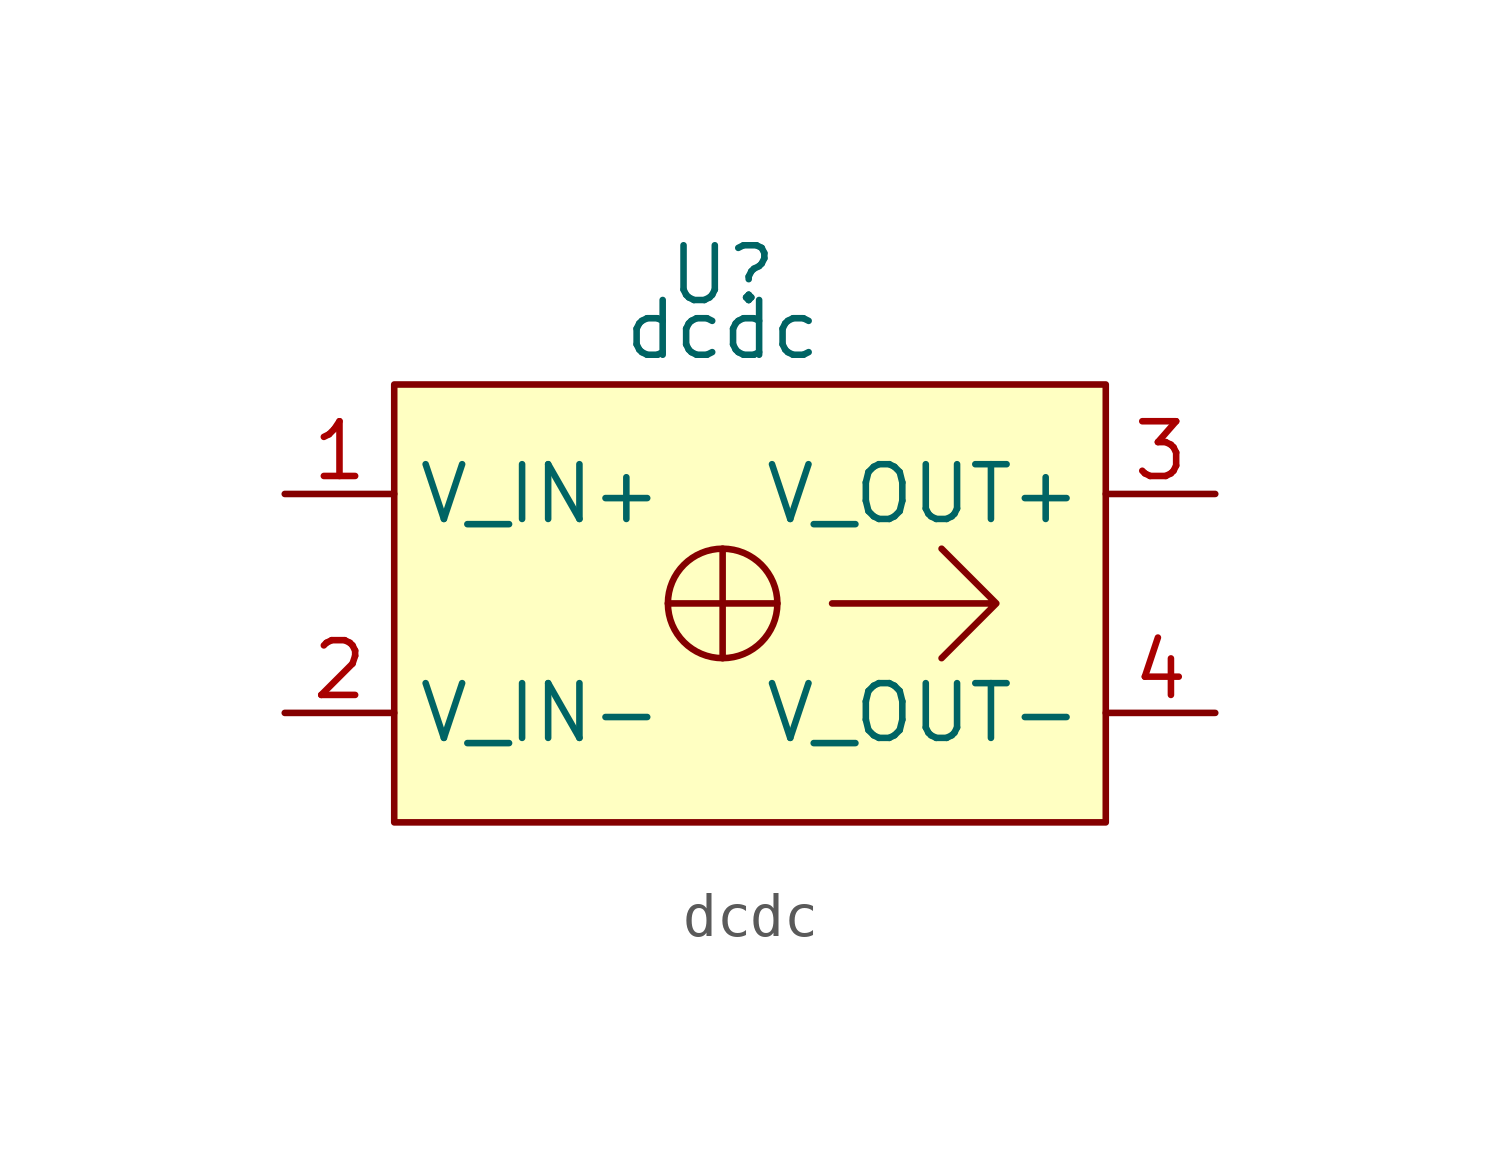
<source format=kicad_sym>
(kicad_symbol_lib
  (version 20211014)
  (generator kicad_symbol_editor)
  (symbol "dcdc"
    (property "Reference" "U"
      (at 0 7.62 0)
      (effects (font (size 1.27 1.27))))
    (property "Value" "dcdc"
      (at 0 6.35 0)
      (effects (font (size 1.27 1.27))))
    (symbol "dcdc_0_1"
      (rectangle (start -7.62 5.08) (end 8.89 -5.08) (stroke (width 0) (type default) (color 0 0 0 0)) (fill (type background)))
      (polyline (pts (xy -1.27 0) (xy 1.27 0)) (stroke (width 0) (type default) (color 0 0 0 0)) (fill (type none)))
      (polyline (pts (xy 0 1.27) (xy 0 -1.27)) (stroke (width 0) (type default) (color 0 0 0 0)) (fill (type none)))
      (polyline (pts (xy 2.54 0) (xy 6.35 0) (xy 5.08 1.27) (xy 6.35 0) (xy 5.08 -1.27)) (stroke (width 0) (type default) (color 0 0 0 0)) (fill (type none)))
      (circle (center 0 0) (radius 1.27) (stroke (width 0) (type default) (color 0 0 0 0)) (fill (type none))))
    (symbol "dcdc_1_1"
      (pin power_in line (at -10.16 2.54 0) (length 2.54) (name "V_IN+" (effects (font (size 1.27 1.27)))) (number "1" (effects (font (size 1.27 1.27)))))
      (pin power_in line (at -10.16 -2.54 0) (length 2.54) (name "V_IN-" (effects (font (size 1.27 1.27)))) (number "2" (effects (font (size 1.27 1.27)))))
      (pin power_out line (at 11.43 2.54 180) (length 2.54) (name "V_OUT+" (effects (font (size 1.27 1.27)))) (number "3" (effects (font (size 1.27 1.27)))))
      (pin power_out line (at 11.43 -2.54 180) (length 2.54) (name "V_OUT-" (effects (font (size 1.27 1.27)))) (number "4" (effects (font (size 1.27 1.27))))))))
</source>
